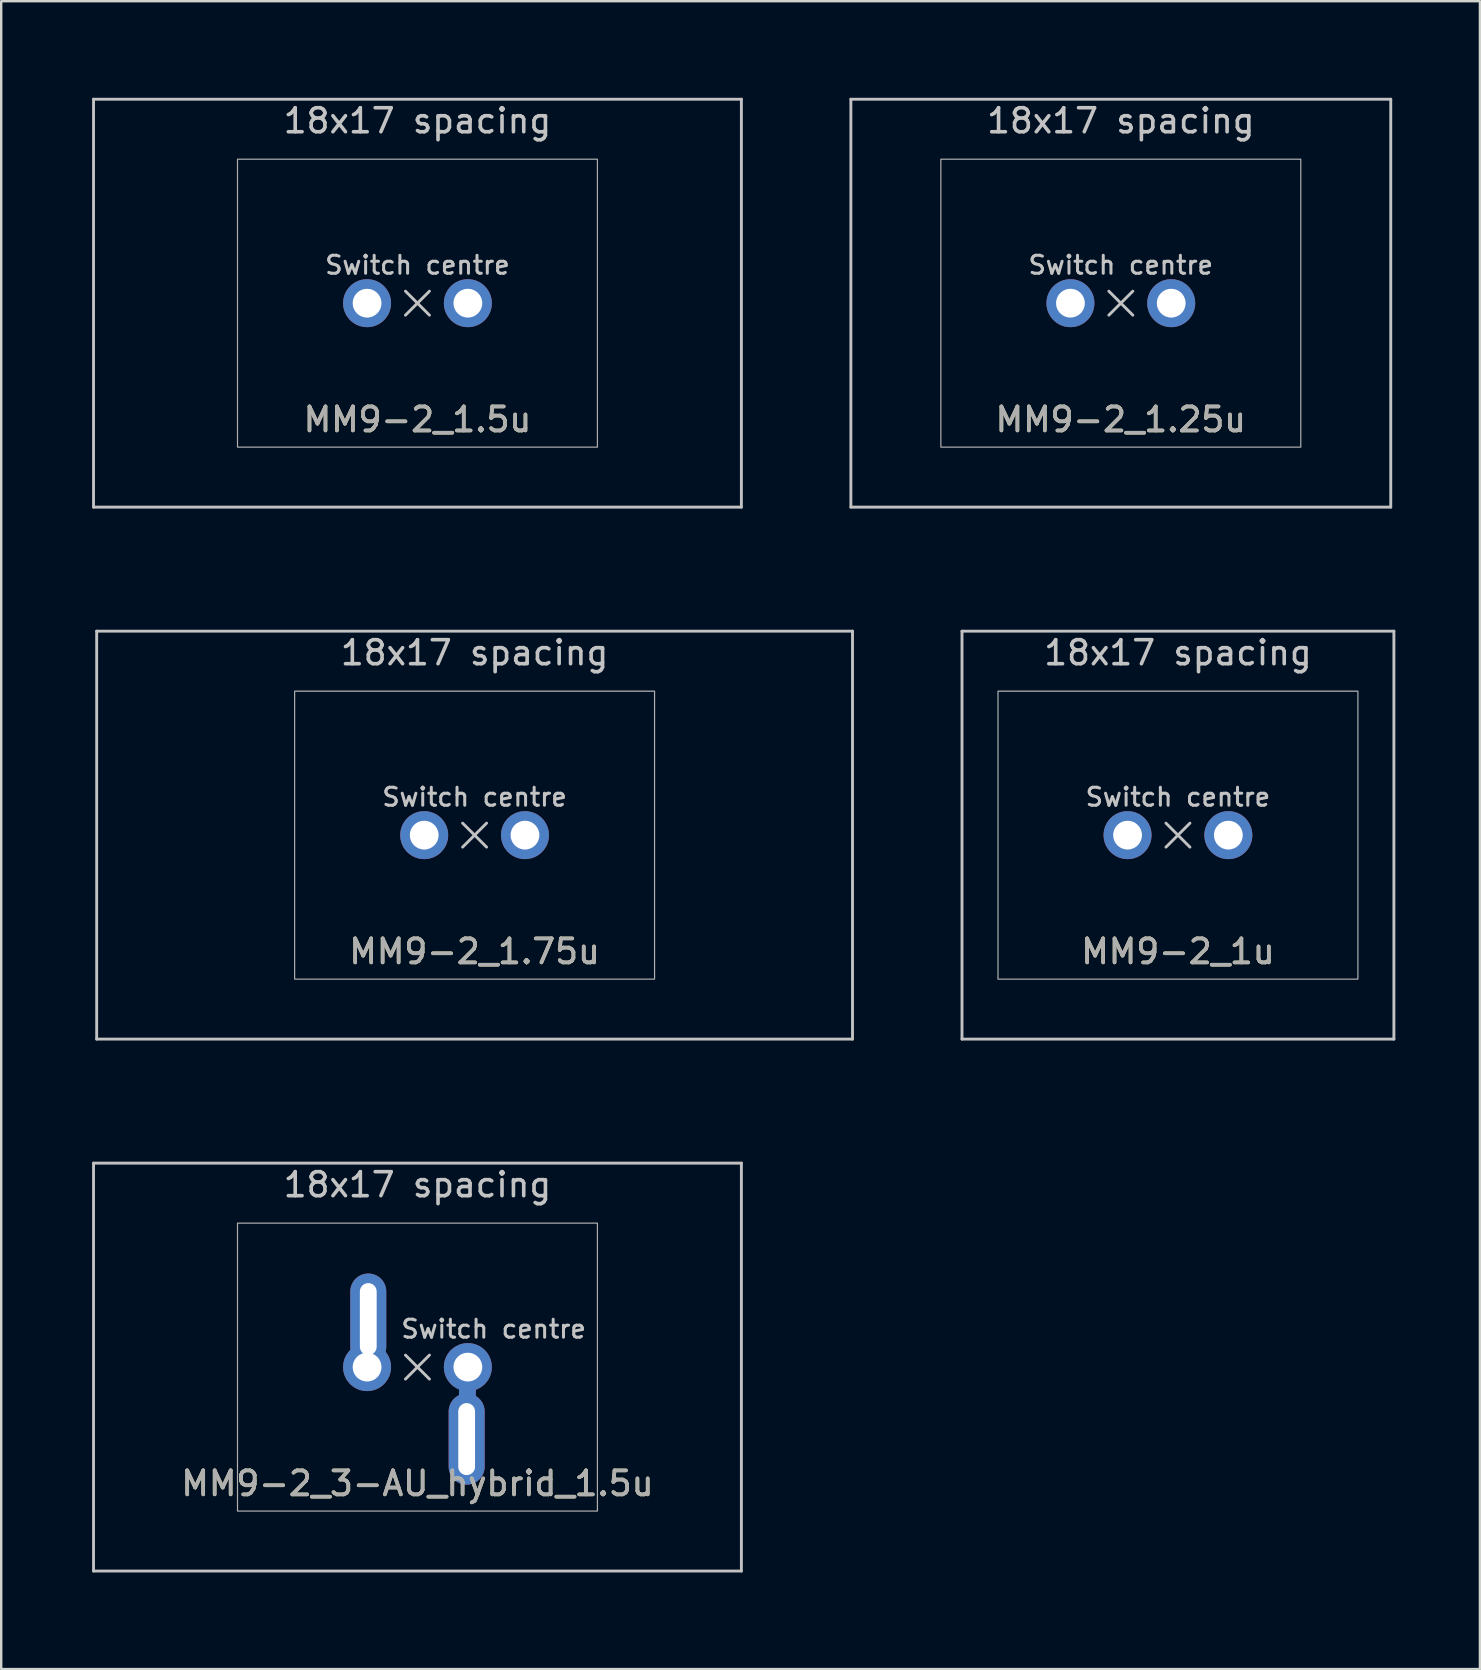
<source format=kicad_pcb>
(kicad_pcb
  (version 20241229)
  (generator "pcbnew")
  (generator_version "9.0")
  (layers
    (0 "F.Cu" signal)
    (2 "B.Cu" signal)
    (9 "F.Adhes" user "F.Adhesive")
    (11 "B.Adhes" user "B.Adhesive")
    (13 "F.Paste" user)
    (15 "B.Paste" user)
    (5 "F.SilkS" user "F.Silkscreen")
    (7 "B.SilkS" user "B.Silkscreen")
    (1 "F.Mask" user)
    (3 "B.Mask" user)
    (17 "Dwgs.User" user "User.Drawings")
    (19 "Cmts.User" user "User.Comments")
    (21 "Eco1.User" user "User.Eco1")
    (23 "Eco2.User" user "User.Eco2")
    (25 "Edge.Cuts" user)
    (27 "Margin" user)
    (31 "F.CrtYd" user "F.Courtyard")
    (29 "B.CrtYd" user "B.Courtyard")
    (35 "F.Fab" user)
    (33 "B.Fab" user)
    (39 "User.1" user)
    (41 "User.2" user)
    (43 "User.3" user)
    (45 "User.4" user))
  (footprint "MM9-2_1.5u"
    (layer "F.Cu")
    (at 14.348 9.585)
    (property "Reference" "MM9-2_1.5u" (at 0 4.85 0) (unlocked yes) (layer "F.SilkS") (effects (font (size 1 1) (thickness 0.15))))
    (attr through_hole)
    (fp_line (start -13.5 -8.5) (end 13.5 -8.5) (stroke (width 0.12) (type solid)) (layer "Dwgs.User"))
    (fp_line (start -13.5 8.5) (end -13.5 -8.5) (stroke (width 0.12) (type solid)) (layer "Dwgs.User"))
    (fp_line (start -0.5 -0.5) (end 0.5 0.5) (stroke (width 0.12) (type solid)) (layer "Dwgs.User"))
    (fp_line (start -0.5 0.5) (end 0.5 -0.5) (stroke (width 0.12) (type solid)) (layer "Dwgs.User"))
    (fp_line (start 13.5 -8.5) (end 13.5 8.5) (stroke (width 0.12) (type solid)) (layer "Dwgs.User"))
    (fp_line (start 13.5 8.5) (end -13.5 8.5) (stroke (width 0.12) (type solid)) (layer "Dwgs.User"))
    (fp_line (start -14.287 -9.525) (end -14.287 9.525) (stroke (width 0.12) (type solid)) (layer "Eco1.User"))
    (fp_line (start -14.287 9.525) (end 14.287 9.525) (stroke (width 0.12) (type solid)) (layer "Eco1.User"))
    (fp_line (start 14.287 -9.525) (end -14.287 -9.525) (stroke (width 0.12) (type solid)) (layer "Eco1.User"))
    (fp_line (start 14.287 9.525) (end 14.287 -9.525) (stroke (width 0.12) (type solid)) (layer "Eco1.User"))
    (fp_rect (start 7.5 6) (end -7.5 -6) (stroke (width 0.05) (type solid)) (fill no) (layer "F.Fab"))
    (fp_text user "Switch centre" (at 0 -1.587 0) (unlocked yes) (layer "Dwgs.User") (effects (font (size 0.75 0.75) (thickness 0.125))))
    (fp_text user "18x17 spacing" (at 0 -7.6 0) (layer "Dwgs.User") (effects (font (size 1 1) (thickness 0.15))))
    (fp_text user "19.05 spacing" (at 0 -8.7 0) (layer "Eco1.User") (effects (font (size 1 1) (thickness 0.15))))
    (fp_text user "${REFERENCE}" (at 0 4.85 0) (unlocked yes) (layer "F.Fab") (effects (font (size 1 1) (thickness 0.15))))
    (pad "1" thru_hole circle (at 2.1 0 90) (size 2 2) (drill 1.2) (layers "*.Cu" "*.Mask"))
    (pad "2" thru_hole circle (at -2.1 0) (size 2 2) (drill 1.2) (layers "*.Cu" "*.Mask")))
  (footprint "MM9-2_3-AU_hybrid_1.5u"
    (layer "F.Cu")
    (at 14.348 53.925)
    (property "Reference" "MM9-2_3-AU_hybrid_1.5u" (at 0 4.85 0) (unlocked yes) (layer "F.SilkS") (effects (font (size 1 1) (thickness 0.15))))
    (attr through_hole)
    (fp_line (start 2.1 0) (end 2.05 3) (stroke (width 0.7) (type solid)) (layer "F.Cu"))
    (fp_line (start 2.1 0) (end 2.05 3) (stroke (width 0.7) (type solid)) (layer "B.Cu"))
    (fp_line (start -13.5 -8.5) (end 13.5 -8.5) (stroke (width 0.12) (type solid)) (layer "Dwgs.User"))
    (fp_line (start -13.5 8.5) (end -13.5 -8.5) (stroke (width 0.12) (type solid)) (layer "Dwgs.User"))
    (fp_line (start -0.5 -0.5) (end 0.5 0.5) (stroke (width 0.12) (type solid)) (layer "Dwgs.User"))
    (fp_line (start -0.5 0.5) (end 0.5 -0.5) (stroke (width 0.12) (type solid)) (layer "Dwgs.User"))
    (fp_line (start 13.5 -8.5) (end 13.5 8.5) (stroke (width 0.12) (type solid)) (layer "Dwgs.User"))
    (fp_line (start 13.5 8.5) (end -13.5 8.5) (stroke (width 0.12) (type solid)) (layer "Dwgs.User"))
    (fp_line (start -14.287 -9.525) (end -14.287 9.525) (stroke (width 0.12) (type solid)) (layer "Eco1.User"))
    (fp_line (start -14.287 9.525) (end 14.287 9.525) (stroke (width 0.12) (type solid)) (layer "Eco1.User"))
    (fp_line (start 14.287 -9.525) (end -14.287 -9.525) (stroke (width 0.12) (type solid)) (layer "Eco1.User"))
    (fp_line (start 14.287 9.525) (end 14.287 -9.525) (stroke (width 0.12) (type solid)) (layer "Eco1.User"))
    (fp_rect (start 7.5 6) (end -7.5 -6) (stroke (width 0.05) (type solid)) (fill no) (layer "F.Fab"))
    (fp_text user "Switch centre" (at 3.175 -1.587 0) (unlocked yes) (layer "Dwgs.User") (effects (font (size 0.75 0.75) (thickness 0.125))))
    (fp_text user "18x17 spacing" (at 0 -7.6 0) (layer "Dwgs.User") (effects (font (size 1 1) (thickness 0.15))))
    (fp_text user "19.05 spacing" (at 0 -8.7 0) (layer "Eco1.User") (effects (font (size 1 1) (thickness 0.15))))
    (fp_text user "${REFERENCE}" (at 0 4.85 0) (unlocked yes) (layer "F.Fab") (effects (font (size 1 1) (thickness 0.15))))
    (pad "1" thru_hole oval (at 2.05 3) (size 1.5 3.8) (drill oval 0.7 3) (layers "*.Cu" "*.Mask"))
    (pad "1" thru_hole circle (at 2.1 0 90) (size 2 2) (drill 1.2) (layers "*.Cu" "*.Mask"))
    (pad "2" thru_hole circle (at -2.1 0) (size 2 2) (drill 1.2) (layers "*.Cu" "*.Mask"))
    (pad "2" thru_hole oval (at -2.05 -2) (size 1.5 3.8) (drill oval 0.7 3) (layers "*.Cu" "*.Mask")))
  (footprint "MM9-2_1.25u"
    (layer "F.Cu")
    (at 43.661 9.585)
    (property "Reference" "MM9-2_1.25u" (at 0 4.85 0) (unlocked yes) (layer "F.SilkS") (effects (font (size 1 1) (thickness 0.15))))
    (attr through_hole)
    (fp_line (start -11.25 -8.5) (end 11.25 -8.5) (stroke (width 0.12) (type solid)) (layer "Dwgs.User"))
    (fp_line (start -11.25 8.5) (end -11.25 -8.5) (stroke (width 0.12) (type solid)) (layer "Dwgs.User"))
    (fp_line (start -0.5 -0.5) (end 0.5 0.5) (stroke (width 0.12) (type solid)) (layer "Dwgs.User"))
    (fp_line (start -0.5 0.5) (end 0.5 -0.5) (stroke (width 0.12) (type solid)) (layer "Dwgs.User"))
    (fp_line (start 11.25 -8.5) (end 11.25 8.5) (stroke (width 0.12) (type solid)) (layer "Dwgs.User"))
    (fp_line (start 11.25 8.5) (end -11.25 8.5) (stroke (width 0.12) (type solid)) (layer "Dwgs.User"))
    (fp_line (start -11.906 -9.525) (end -11.906 9.525) (stroke (width 0.12) (type solid)) (layer "Eco1.User"))
    (fp_line (start -11.906 9.525) (end 11.906 9.525) (stroke (width 0.12) (type solid)) (layer "Eco1.User"))
    (fp_line (start 11.906 -9.525) (end -11.906 -9.525) (stroke (width 0.12) (type solid)) (layer "Eco1.User"))
    (fp_line (start 11.906 9.525) (end 11.906 -9.525) (stroke (width 0.12) (type solid)) (layer "Eco1.User"))
    (fp_rect (start 7.5 6) (end -7.5 -6) (stroke (width 0.05) (type solid)) (fill no) (layer "F.Fab"))
    (fp_text user "Switch centre" (at 0 -1.587 0) (unlocked yes) (layer "Dwgs.User") (effects (font (size 0.75 0.75) (thickness 0.125))))
    (fp_text user "18x17 spacing" (at 0 -7.6 0) (layer "Dwgs.User") (effects (font (size 1 1) (thickness 0.15))))
    (fp_text user "19.05 spacing" (at 0 -8.7 0) (layer "Eco1.User") (effects (font (size 1 1) (thickness 0.15))))
    (fp_text user "${REFERENCE}" (at 0 4.85 0) (unlocked yes) (layer "F.Fab") (effects (font (size 1 1) (thickness 0.15))))
    (pad "1" thru_hole circle (at 2.1 0 90) (size 2 2) (drill 1.2) (layers "*.Cu" "*.Mask"))
    (pad "2" thru_hole circle (at -2.1 0) (size 2 2) (drill 1.2) (layers "*.Cu" "*.Mask")))
  (footprint "MM9-2_1.75u"
    (layer "F.Cu")
    (at 16.729 31.755)
    (property "Reference" "MM9-2_1.75u" (at 0 4.85 0) (unlocked yes) (layer "F.SilkS") (effects (font (size 1 1) (thickness 0.15))))
    (attr through_hole)
    (fp_line (start -15.75 -8.5) (end 15.75 -8.5) (stroke (width 0.12) (type solid)) (layer "Dwgs.User"))
    (fp_line (start -15.75 8.5) (end -15.75 -8.5) (stroke (width 0.12) (type solid)) (layer "Dwgs.User"))
    (fp_line (start -0.5 -0.5) (end 0.5 0.5) (stroke (width 0.12) (type solid)) (layer "Dwgs.User"))
    (fp_line (start -0.5 0.5) (end 0.5 -0.5) (stroke (width 0.12) (type solid)) (layer "Dwgs.User"))
    (fp_line (start 15.75 -8.5) (end 15.75 8.5) (stroke (width 0.12) (type solid)) (layer "Dwgs.User"))
    (fp_line (start 15.75 8.5) (end -15.75 8.5) (stroke (width 0.12) (type solid)) (layer "Dwgs.User"))
    (fp_line (start -16.669 -9.525) (end -16.669 9.525) (stroke (width 0.12) (type solid)) (layer "Eco1.User"))
    (fp_line (start -16.669 9.525) (end 16.669 9.525) (stroke (width 0.12) (type solid)) (layer "Eco1.User"))
    (fp_line (start 16.669 -9.525) (end -16.669 -9.525) (stroke (width 0.12) (type solid)) (layer "Eco1.User"))
    (fp_line (start 16.669 9.525) (end 16.669 -9.525) (stroke (width 0.12) (type solid)) (layer "Eco1.User"))
    (fp_rect (start 7.5 6) (end -7.5 -6) (stroke (width 0.05) (type solid)) (fill no) (layer "F.Fab"))
    (fp_text user "18x17 spacing" (at 0 -7.6 0) (layer "Dwgs.User") (effects (font (size 1 1) (thickness 0.15))))
    (fp_text user "Switch centre" (at 0 -1.587 0) (unlocked yes) (layer "Dwgs.User") (effects (font (size 0.75 0.75) (thickness 0.125))))
    (fp_text user "19.05 spacing" (at 0 -8.7 0) (layer "Eco1.User") (effects (font (size 1 1) (thickness 0.15))))
    (fp_text user "${REFERENCE}" (at 0 4.85 0) (unlocked yes) (layer "F.Fab") (effects (font (size 1 1) (thickness 0.15))))
    (pad "1" thru_hole circle (at 2.1 0 90) (size 2 2) (drill 1.2) (layers "*.Cu" "*.Mask"))
    (pad "2" thru_hole circle (at -2.1 0) (size 2 2) (drill 1.2) (layers "*.Cu" "*.Mask")))
  (footprint "MM9-2_1u"
    (layer "F.Cu")
    (at 46.042 31.755)
    (property "Reference" "MM9-2_1u" (at 0 4.85 0) (unlocked yes) (layer "F.SilkS") (effects (font (size 1 1) (thickness 0.15))))
    (attr through_hole)
    (fp_line (start -9 -8.5) (end 9 -8.5) (stroke (width 0.12) (type solid)) (layer "Dwgs.User"))
    (fp_line (start -9 8.5) (end -9 -8.5) (stroke (width 0.12) (type solid)) (layer "Dwgs.User"))
    (fp_line (start -9 8.5) (end 9 8.5) (stroke (width 0.12) (type solid)) (layer "Dwgs.User"))
    (fp_line (start -0.5 -0.5) (end 0.5 0.5) (stroke (width 0.12) (type solid)) (layer "Dwgs.User"))
    (fp_line (start -0.5 0.5) (end 0.5 -0.5) (stroke (width 0.12) (type solid)) (layer "Dwgs.User"))
    (fp_line (start 9 -8.5) (end 9 8.5) (stroke (width 0.12) (type solid)) (layer "Dwgs.User"))
    (fp_line (start -9.525 -9.525) (end -9.525 9.525) (stroke (width 0.12) (type solid)) (layer "Eco1.User"))
    (fp_line (start 9.525 -9.525) (end -9.525 -9.525) (stroke (width 0.12) (type solid)) (layer "Eco1.User"))
    (fp_line (start 9.525 9.525) (end -9.525 9.525) (stroke (width 0.12) (type solid)) (layer "Eco1.User"))
    (fp_line (start 9.525 9.525) (end 9.525 -9.525) (stroke (width 0.12) (type solid)) (layer "Eco1.User"))
    (fp_rect (start 7.5 6) (end -7.5 -6) (stroke (width 0.05) (type solid)) (fill no) (layer "F.Fab"))
    (fp_text user "18x17 spacing" (at 0 -7.6 180) (layer "Dwgs.User") (effects (font (size 1 1) (thickness 0.15))))
    (fp_text user "Switch centre" (at 0 -1.587 0) (unlocked yes) (layer "Dwgs.User") (effects (font (size 0.75 0.75) (thickness 0.125))))
    (fp_text user "19.05 spacing" (at 0 -8.7 180) (layer "Eco1.User") (effects (font (size 1 1) (thickness 0.15))))
    (fp_text user "${REFERENCE}" (at 0 4.85 0) (unlocked yes) (layer "F.Fab") (effects (font (size 1 1) (thickness 0.15))))
    (pad "1" thru_hole circle (at 2.1 0 90) (size 2 2) (drill 1.2) (layers "*.Cu" "*.Mask"))
    (pad "2" thru_hole circle (at -2.1 0) (size 2 2) (drill 1.2) (layers "*.Cu" "*.Mask")))
  (gr_rect
    (start -3 -3)
    (end 58.627 66.51)
    (stroke (width 0.1) (type default))
    (fill no)
    (layer "Edge.Cuts")))
</source>
